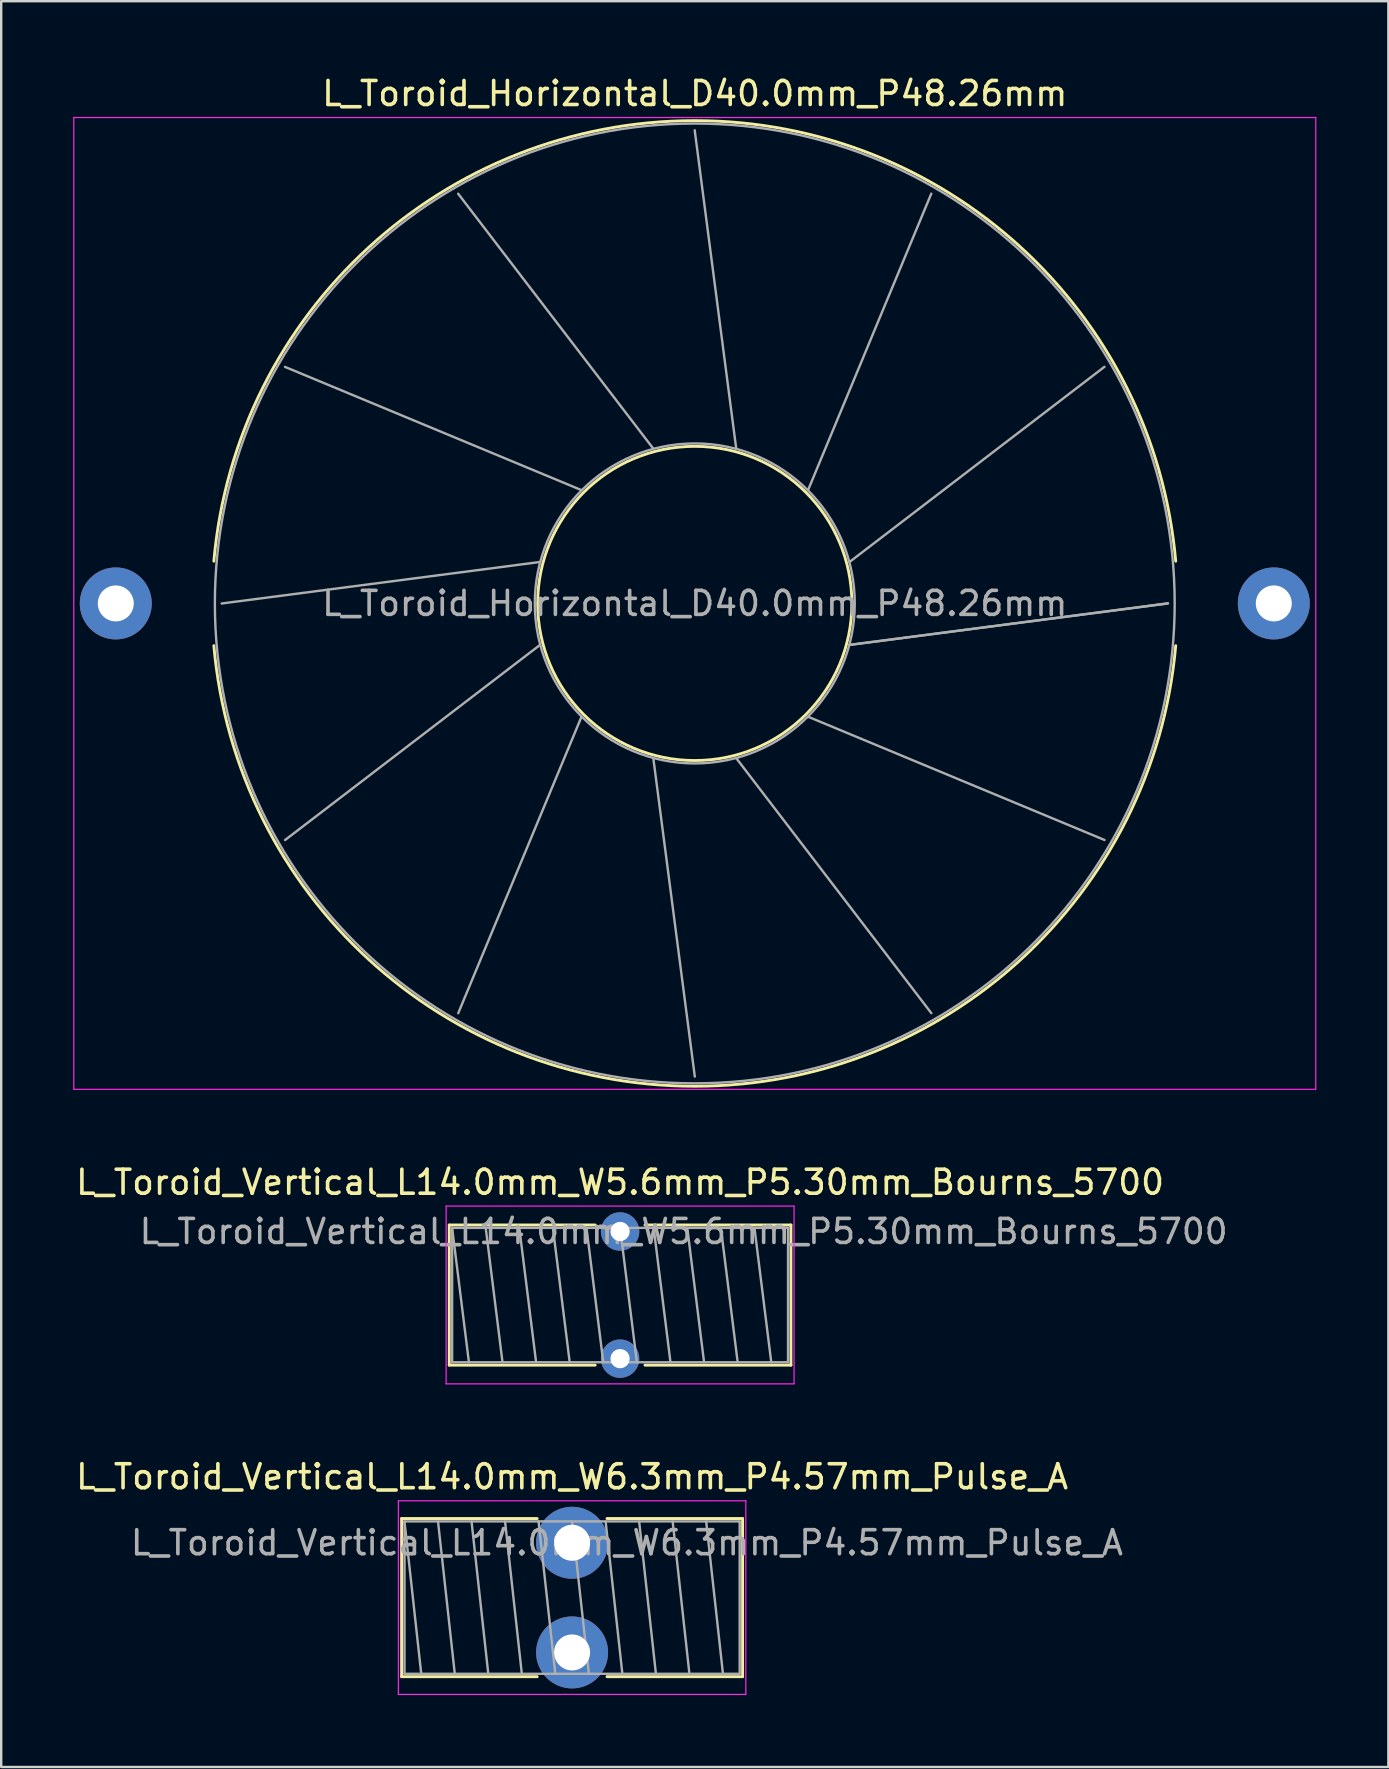
<source format=kicad_pcb>
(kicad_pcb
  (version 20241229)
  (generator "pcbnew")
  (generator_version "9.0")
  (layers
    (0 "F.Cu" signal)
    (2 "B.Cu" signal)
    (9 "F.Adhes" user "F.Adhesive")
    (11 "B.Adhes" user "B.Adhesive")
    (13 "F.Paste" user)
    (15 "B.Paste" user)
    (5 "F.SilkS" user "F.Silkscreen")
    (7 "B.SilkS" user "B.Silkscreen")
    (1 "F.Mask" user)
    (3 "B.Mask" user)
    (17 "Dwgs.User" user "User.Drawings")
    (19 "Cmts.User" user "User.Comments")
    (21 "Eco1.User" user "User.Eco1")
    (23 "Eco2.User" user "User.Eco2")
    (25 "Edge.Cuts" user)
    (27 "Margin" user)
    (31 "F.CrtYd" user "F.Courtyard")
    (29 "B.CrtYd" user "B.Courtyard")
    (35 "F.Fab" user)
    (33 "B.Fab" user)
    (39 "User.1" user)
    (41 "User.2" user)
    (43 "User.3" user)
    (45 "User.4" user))
  (footprint "L_Toroid_Vertical_L14.0mm_W6.3mm_P4.57mm_Pulse_A"
    (layer "F.Cu")
    (at 20.792 61.245)
    (property "Reference" "L_Toroid_Vertical_L14.0mm_W6.3mm_P4.57mm_Pulse_A" (at 0 -2.75 0) (layer "F.SilkS") (effects (font (size 1 1) (thickness 0.15))))
    (attr through_hole)
    (fp_line (start -7.105 -1.01) (end -7.105 5.58) (stroke (width 0.12) (type solid)) (layer "F.SilkS"))
    (fp_line (start -7.105 -1.01) (end -1.454 -1.01) (stroke (width 0.12) (type solid)) (layer "F.SilkS"))
    (fp_line (start -7.105 5.58) (end -1.454 5.58) (stroke (width 0.12) (type solid)) (layer "F.SilkS"))
    (fp_line (start 1.454 -1.01) (end 7.105 -1.01) (stroke (width 0.12) (type solid)) (layer "F.SilkS"))
    (fp_line (start 1.454 5.58) (end 7.105 5.58) (stroke (width 0.12) (type solid)) (layer "F.SilkS"))
    (fp_line (start 7.105 -1.01) (end 7.105 5.58) (stroke (width 0.12) (type solid)) (layer "F.SilkS"))
    (fp_line (start -7.24 -1.75) (end -7.24 6.32) (stroke (width 0.05) (type solid)) (layer "F.CrtYd"))
    (fp_line (start -7.24 6.32) (end 7.24 6.32) (stroke (width 0.05) (type solid)) (layer "F.CrtYd"))
    (fp_line (start 7.24 -1.75) (end -7.24 -1.75) (stroke (width 0.05) (type solid)) (layer "F.CrtYd"))
    (fp_line (start 7.24 6.32) (end 7.24 -1.75) (stroke (width 0.05) (type solid)) (layer "F.CrtYd"))
    (fp_line (start -6.985 -0.89) (end -6.985 5.46) (stroke (width 0.1) (type solid)) (layer "F.Fab"))
    (fp_line (start -6.985 -0.89) (end -6.287 5.46) (stroke (width 0.1) (type solid)) (layer "F.Fab"))
    (fp_line (start -6.985 5.46) (end 6.985 5.46) (stroke (width 0.1) (type solid)) (layer "F.Fab"))
    (fp_line (start -5.588 -0.89) (end -4.889 5.46) (stroke (width 0.1) (type solid)) (layer "F.Fab"))
    (fp_line (start -4.191 -0.89) (end -3.493 5.46) (stroke (width 0.1) (type solid)) (layer "F.Fab"))
    (fp_line (start -2.794 -0.89) (end -2.095 5.46) (stroke (width 0.1) (type solid)) (layer "F.Fab"))
    (fp_line (start -1.397 -0.89) (end -0.699 5.46) (stroke (width 0.1) (type solid)) (layer "F.Fab"))
    (fp_line (start 0 -0.89) (end 0.699 5.46) (stroke (width 0.1) (type solid)) (layer "F.Fab"))
    (fp_line (start 1.397 -0.89) (end 2.095 5.46) (stroke (width 0.1) (type solid)) (layer "F.Fab"))
    (fp_line (start 2.794 -0.89) (end 3.493 5.46) (stroke (width 0.1) (type solid)) (layer "F.Fab"))
    (fp_line (start 4.191 -0.89) (end 4.889 5.46) (stroke (width 0.1) (type solid)) (layer "F.Fab"))
    (fp_line (start 5.588 -0.89) (end 6.287 5.46) (stroke (width 0.1) (type solid)) (layer "F.Fab"))
    (fp_line (start 6.985 -0.89) (end -6.985 -0.89) (stroke (width 0.1) (type solid)) (layer "F.Fab"))
    (fp_line (start 6.985 5.46) (end 6.985 -0.89) (stroke (width 0.1) (type solid)) (layer "F.Fab"))
    (fp_text user "${REFERENCE}" (at 2.285 0 0) (layer "F.Fab") (effects (font (size 1 1) (thickness 0.15))))
    (pad "1" thru_hole circle (at 0 0) (size 3 3) (drill 1.5) (layers "*.Cu" "*.Mask"))
    (pad "2" thru_hole circle (at 0 4.57) (size 3 3) (drill 1.5) (layers "*.Cu" "*.Mask")))
  (footprint "L_Toroid_Vertical_L14.0mm_W5.6mm_P5.30mm_Bourns_5700"
    (layer "F.Cu")
    (at 22.792 48.272)
    (property "Reference" "L_Toroid_Vertical_L14.0mm_W5.6mm_P5.30mm_Bourns_5700" (at 0 -2.05 0) (layer "F.SilkS") (effects (font (size 1 1) (thickness 0.15))))
    (attr through_hole)
    (fp_line (start -7.12 -0.27) (end -7.12 5.57) (stroke (width 0.12) (type solid)) (layer "F.SilkS"))
    (fp_line (start -7.12 -0.27) (end -1.037 -0.27) (stroke (width 0.12) (type solid)) (layer "F.SilkS"))
    (fp_line (start -7.12 5.57) (end -1.037 5.57) (stroke (width 0.12) (type solid)) (layer "F.SilkS"))
    (fp_line (start 1.037 -0.27) (end 7.12 -0.27) (stroke (width 0.12) (type solid)) (layer "F.SilkS"))
    (fp_line (start 1.037 5.57) (end 7.12 5.57) (stroke (width 0.12) (type solid)) (layer "F.SilkS"))
    (fp_line (start 7.12 -0.27) (end 7.12 5.57) (stroke (width 0.12) (type solid)) (layer "F.SilkS"))
    (fp_line (start -7.25 -1.06) (end -7.25 6.35) (stroke (width 0.05) (type solid)) (layer "F.CrtYd"))
    (fp_line (start -7.25 6.35) (end 7.25 6.35) (stroke (width 0.05) (type solid)) (layer "F.CrtYd"))
    (fp_line (start 7.25 -1.06) (end -7.25 -1.06) (stroke (width 0.05) (type solid)) (layer "F.CrtYd"))
    (fp_line (start 7.25 6.35) (end 7.25 -1.06) (stroke (width 0.05) (type solid)) (layer "F.CrtYd"))
    (fp_line (start -7 -0.15) (end -7 5.45) (stroke (width 0.1) (type solid)) (layer "F.Fab"))
    (fp_line (start -7 -0.15) (end -6.3 5.45) (stroke (width 0.1) (type solid)) (layer "F.Fab"))
    (fp_line (start -7 5.45) (end 7 5.45) (stroke (width 0.1) (type solid)) (layer "F.Fab"))
    (fp_line (start -5.6 -0.15) (end -4.9 5.45) (stroke (width 0.1) (type solid)) (layer "F.Fab"))
    (fp_line (start -4.2 -0.15) (end -3.5 5.45) (stroke (width 0.1) (type solid)) (layer "F.Fab"))
    (fp_line (start -2.8 -0.15) (end -2.1 5.45) (stroke (width 0.1) (type solid)) (layer "F.Fab"))
    (fp_line (start -1.4 -0.15) (end -0.7 5.45) (stroke (width 0.1) (type solid)) (layer "F.Fab"))
    (fp_line (start 0 -0.15) (end 0.7 5.45) (stroke (width 0.1) (type solid)) (layer "F.Fab"))
    (fp_line (start 1.4 -0.15) (end 2.1 5.45) (stroke (width 0.1) (type solid)) (layer "F.Fab"))
    (fp_line (start 2.8 -0.15) (end 3.5 5.45) (stroke (width 0.1) (type solid)) (layer "F.Fab"))
    (fp_line (start 4.2 -0.15) (end 4.9 5.45) (stroke (width 0.1) (type solid)) (layer "F.Fab"))
    (fp_line (start 5.6 -0.15) (end 6.3 5.45) (stroke (width 0.1) (type solid)) (layer "F.Fab"))
    (fp_line (start 7 -0.15) (end -7 -0.15) (stroke (width 0.1) (type solid)) (layer "F.Fab"))
    (fp_line (start 7 5.45) (end 7 -0.15) (stroke (width 0.1) (type solid)) (layer "F.Fab"))
    (fp_text user "${REFERENCE}" (at 2.65 0 0) (layer "F.Fab") (effects (font (size 1 1) (thickness 0.15))))
    (pad "1" thru_hole circle (at 0 0) (size 1.6 1.6) (drill 0.8) (layers "*.Cu" "*.Mask"))
    (pad "2" thru_hole circle (at 0 5.3) (size 1.6 1.6) (drill 0.8) (layers "*.Cu" "*.Mask")))
  (footprint "L_Toroid_Horizontal_D40.0mm_P48.26mm"
    (layer "F.Cu")
    (at 1.775 22.098)
    (property "Reference" "L_Toroid_Horizontal_D40.0mm_P48.26mm" (at 24.13 -21.25 0) (layer "F.SilkS") (effects (font (size 1 1) (thickness 0.15))))
    (attr through_hole)
    (fp_arc (start 4.087126 -1.76) (mid 24.13 -20.12) (end 44.172874 -1.76) (stroke (width 0.12) (type solid)) (layer "F.SilkS"))
    (fp_arc (start 44.172874 1.76) (mid 24.13 20.12) (end 4.087126 1.76) (stroke (width 0.12) (type solid)) (layer "F.SilkS"))
    (fp_circle (center 24.13 0) (end 30.677 0) (stroke (width 0.12) (type solid)) (fill no) (layer "F.SilkS"))
    (fp_line (start -1.75 -20.25) (end -1.75 20.25) (stroke (width 0.05) (type solid)) (layer "F.CrtYd"))
    (fp_line (start -1.75 20.25) (end 50.01 20.25) (stroke (width 0.05) (type solid)) (layer "F.CrtYd"))
    (fp_line (start 50.01 -20.25) (end -1.75 -20.25) (stroke (width 0.05) (type solid)) (layer "F.CrtYd"))
    (fp_line (start 50.01 20.25) (end 50.01 -20.25) (stroke (width 0.05) (type solid)) (layer "F.CrtYd"))
    (fp_line (start 4.412 0.002) (end 17.68 -1.728) (stroke (width 0.1) (type solid)) (layer "F.Fab"))
    (fp_line (start 7.053 -9.857) (end 19.408 -4.721) (stroke (width 0.1) (type solid)) (layer "F.Fab"))
    (fp_line (start 7.055 9.86) (end 17.68 1.729) (stroke (width 0.1) (type solid)) (layer "F.Fab"))
    (fp_line (start 14.269 -17.075) (end 22.401 -6.45) (stroke (width 0.1) (type solid)) (layer "F.Fab"))
    (fp_line (start 14.272 17.077) (end 19.409 4.722) (stroke (width 0.1) (type solid)) (layer "F.Fab"))
    (fp_line (start 24.127 -19.718) (end 25.857 -6.45) (stroke (width 0.1) (type solid)) (layer "F.Fab"))
    (fp_line (start 24.131 19.718) (end 22.402 6.45) (stroke (width 0.1) (type solid)) (layer "F.Fab"))
    (fp_line (start 33.986 -17.077) (end 28.851 -4.723) (stroke (width 0.1) (type solid)) (layer "F.Fab"))
    (fp_line (start 33.989 17.076) (end 25.859 6.45) (stroke (width 0.1) (type solid)) (layer "F.Fab"))
    (fp_line (start 41.204 -9.862) (end 30.58 -1.729) (stroke (width 0.1) (type solid)) (layer "F.Fab"))
    (fp_line (start 41.206 9.859) (end 28.852 4.722) (stroke (width 0.1) (type solid)) (layer "F.Fab"))
    (fp_line (start 43.848 -0.004) (end 30.58 1.727) (stroke (width 0.1) (type solid)) (layer "F.Fab"))
    (fp_line (start 43.848 0) (end 30.58 1.728) (stroke (width 0.1) (type solid)) (layer "F.Fab"))
    (fp_circle (center 24.13 0) (end 30.797 0) (stroke (width 0.1) (type solid)) (fill no) (layer "F.Fab"))
    (fp_circle (center 24.13 0) (end 44.13 0) (stroke (width 0.1) (type solid)) (fill no) (layer "F.Fab"))
    (fp_text user "${REFERENCE}" (at 24.13 0 0) (layer "F.Fab") (effects (font (size 1 1) (thickness 0.15))))
    (pad "1" thru_hole circle (at 0 0) (size 3 3) (drill 1.5) (layers "*.Cu" "*.Mask"))
    (pad "2" thru_hole circle (at 48.26 0) (size 3 3) (drill 1.5) (layers "*.Cu" "*.Mask")))
  (gr_rect
    (start -3 -3)
    (end 54.81 70.59)
    (stroke (width 0.1) (type default))
    (fill no)
    (layer "Edge.Cuts")))
</source>
